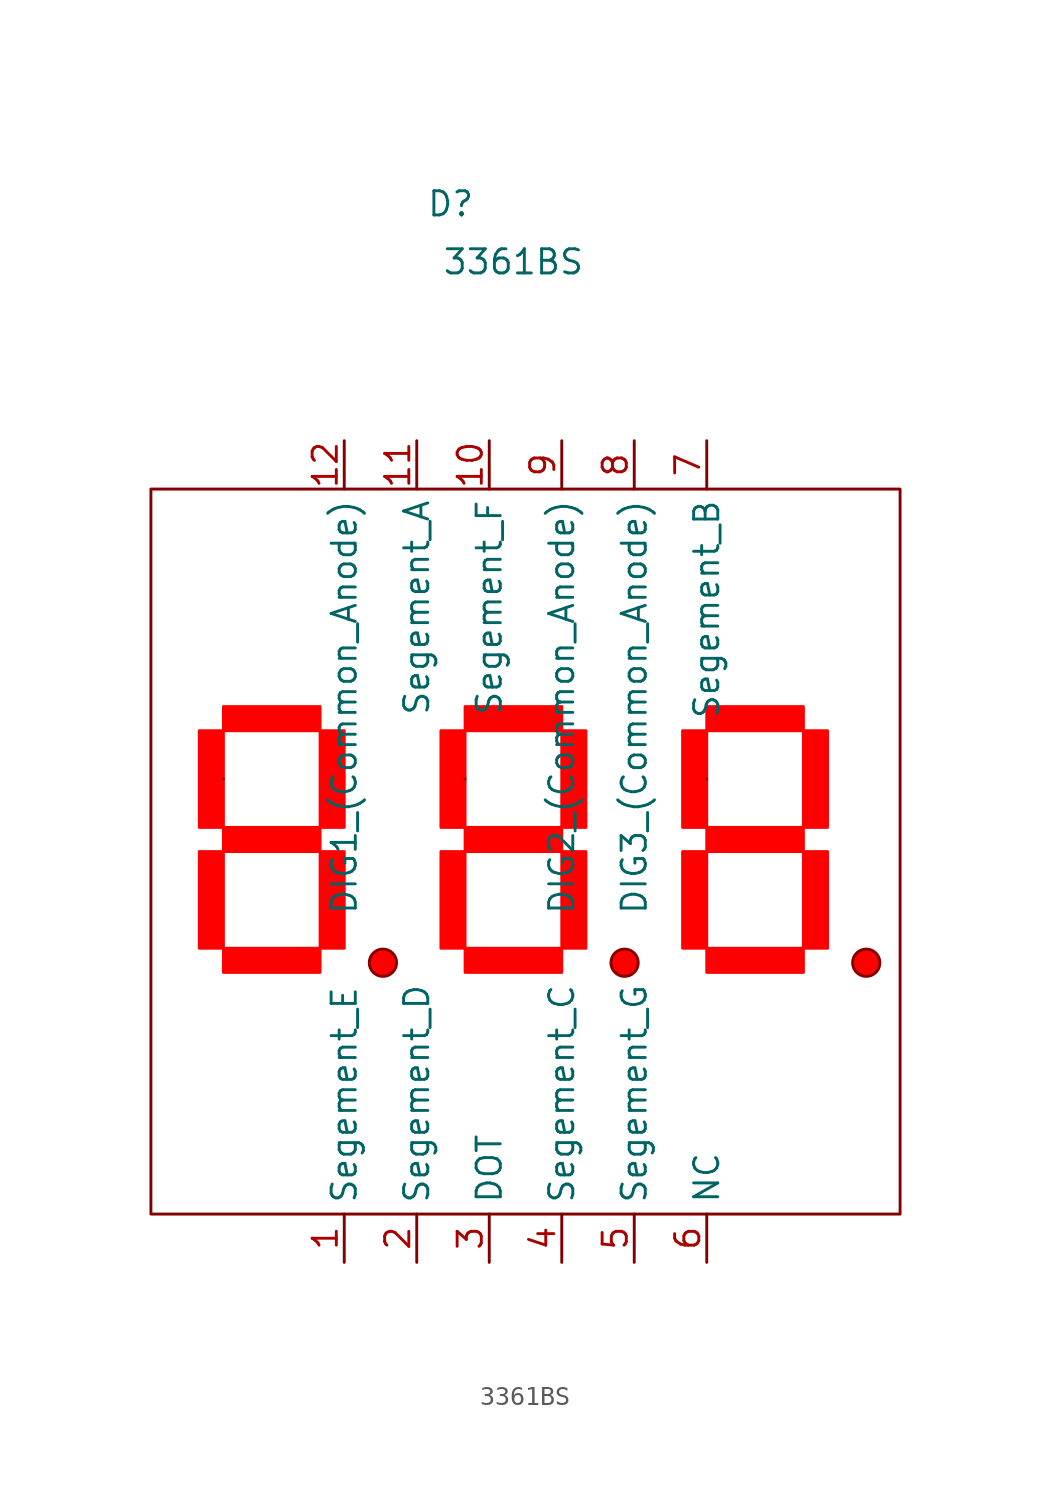
<source format=kicad_sym>
(kicad_symbol_lib
  (version 20241209)
  (generator "kicad_symbol_editor")
  (generator_version "9.0")
  (symbol "3361BS"
    (property "Reference" "D"
      (at -4.572 35.306 0)
      (effects (font (size 1.27 1.27))))
    (property "Value" "3361BS"
      (at -1.27 32.258 0)
      (effects (font (size 1.27 1.27))))
    (symbol "3361BS_0_1"
      (rectangle (start -20.32 20.32) (end 19.05 -17.78) (stroke (width 0) (type default)) (fill (type none)))
      (rectangle (start -17.78 7.62) (end -16.51 2.54) (stroke (width 0) (type default) (color 255 0 0 1)) (fill (type color) (color 255 0 0 1)))
      (rectangle (start -17.78 1.27) (end -16.51 -3.81) (stroke (width 0) (type default) (color 255 0 0 1)) (fill (type color) (color 255 0 0 1)))
      (rectangle (start -16.51 8.89) (end -11.43 7.62) (stroke (width 0) (type default) (color 255 0 0 1)) (fill (type color) (color 255 0 0 1)))
      (rectangle (start -16.51 5.08) (end -16.51 5.08) (stroke (width 0) (type default)) (fill (type none)))
      (rectangle (start -16.51 2.54) (end -11.43 1.27) (stroke (width 0) (type default) (color 255 0 0 1)) (fill (type color) (color 255 0 0 1)))
      (rectangle (start -16.51 -3.81) (end -11.43 -5.08) (stroke (width 0) (type default) (color 255 0 0 1)) (fill (type color) (color 255 0 0 1)))
      (rectangle (start -11.43 7.62) (end -10.16 2.54) (stroke (width 0) (type default) (color 255 0 0 1)) (fill (type color) (color 255 0 0 1)))
      (rectangle (start -11.43 1.27) (end -10.16 -3.81) (stroke (width 0) (type default) (color 255 0 0 1)) (fill (type color) (color 255 0 0 1)))
      (circle (center -8.128 -4.572) (radius 0.718) (stroke (width 0) (type default)) (fill (type color) (color 255 0 0 1)))
      (rectangle (start -5.08 7.62) (end -3.81 2.54) (stroke (width 0) (type default) (color 255 0 0 1)) (fill (type color) (color 255 0 0 1)))
      (rectangle (start -5.08 1.27) (end -3.81 -3.81) (stroke (width 0) (type default) (color 255 0 0 1)) (fill (type color) (color 255 0 0 1)))
      (rectangle (start -3.81 8.89) (end 1.27 7.62) (stroke (width 0) (type default) (color 255 0 0 1)) (fill (type color) (color 255 0 0 1)))
      (rectangle (start -3.81 5.08) (end -3.81 5.08) (stroke (width 0) (type default)) (fill (type none)))
      (rectangle (start -3.81 2.54) (end 1.27 1.27) (stroke (width 0) (type default) (color 255 0 0 1)) (fill (type color) (color 255 0 0 1)))
      (rectangle (start -3.81 -3.81) (end 1.27 -5.08) (stroke (width 0) (type default) (color 255 0 0 1)) (fill (type color) (color 255 0 0 1)))
      (rectangle (start 1.27 7.62) (end 2.54 2.54) (stroke (width 0) (type default) (color 255 0 0 1)) (fill (type color) (color 255 0 0 1)))
      (rectangle (start 1.27 1.27) (end 2.54 -3.81) (stroke (width 0) (type default) (color 255 0 0 1)) (fill (type color) (color 255 0 0 1)))
      (circle (center 4.572 -4.572) (radius 0.718) (stroke (width 0) (type default)) (fill (type color) (color 255 0 0 1)))
      (rectangle (start 7.62 7.62) (end 8.89 2.54) (stroke (width 0) (type default) (color 255 0 0 1)) (fill (type color) (color 255 0 0 1)))
      (rectangle (start 7.62 1.27) (end 8.89 -3.81) (stroke (width 0) (type default) (color 255 0 0 1)) (fill (type color) (color 255 0 0 1)))
      (rectangle (start 8.89 8.89) (end 13.97 7.62) (stroke (width 0) (type default) (color 255 0 0 1)) (fill (type color) (color 255 0 0 1)))
      (rectangle (start 8.89 5.08) (end 8.89 5.08) (stroke (width 0) (type default)) (fill (type none)))
      (rectangle (start 8.89 2.54) (end 13.97 1.27) (stroke (width 0) (type default) (color 255 0 0 1)) (fill (type color) (color 255 0 0 1)))
      (rectangle (start 8.89 -3.81) (end 13.97 -5.08) (stroke (width 0) (type default) (color 255 0 0 1)) (fill (type color) (color 255 0 0 1)))
      (rectangle (start 13.97 7.62) (end 15.24 2.54) (stroke (width 0) (type default) (color 255 0 0 1)) (fill (type color) (color 255 0 0 1)))
      (rectangle (start 13.97 1.27) (end 15.24 -3.81) (stroke (width 0) (type default) (color 255 0 0 1)) (fill (type color) (color 255 0 0 1)))
      (circle (center 17.272 -4.572) (radius 0.718) (stroke (width 0) (type default)) (fill (type color) (color 255 0 0 1))))
    (symbol "3361BS_1_1"
      (pin input line (at -10.16 22.86 270) (length 2.54) (name "DIG1_(Common_Anode)" (effects (font (size 1.27 1.27)))) (number "12" (effects (font (size 1.27 1.27)))))
      (pin input line (at -10.16 -20.32 90) (length 2.54) (name "Segement_E" (effects (font (size 1.27 1.27)))) (number "1" (effects (font (size 1.27 1.27)))))
      (pin input line (at -6.35 22.86 270) (length 2.54) (name "Segement_A" (effects (font (size 1.27 1.27)))) (number "11" (effects (font (size 1.27 1.27)))))
      (pin input line (at -6.35 -20.32 90) (length 2.54) (name "Segement_D" (effects (font (size 1.27 1.27)))) (number "2" (effects (font (size 1.27 1.27)))))
      (pin input line (at -2.54 22.86 270) (length 2.54) (name "Segement_F" (effects (font (size 1.27 1.27)))) (number "10" (effects (font (size 1.27 1.27)))))
      (pin input line (at -2.54 -20.32 90) (length 2.54) (name "DOT" (effects (font (size 1.27 1.27)))) (number "3" (effects (font (size 1.27 1.27)))))
      (pin input line (at 1.27 22.86 270) (length 2.54) (name "DIG2_(Common_Anode)" (effects (font (size 1.27 1.27)))) (number "9" (effects (font (size 1.27 1.27)))))
      (pin input line (at 1.27 -20.32 90) (length 2.54) (name "Segement_C" (effects (font (size 1.27 1.27)))) (number "4" (effects (font (size 1.27 1.27)))))
      (pin input line (at 5.08 22.86 270) (length 2.54) (name "DIG3_(Common_Anode)" (effects (font (size 1.27 1.27)))) (number "8" (effects (font (size 1.27 1.27)))))
      (pin input line (at 5.08 -20.32 90) (length 2.54) (name "Segement_G" (effects (font (size 1.27 1.27)))) (number "5" (effects (font (size 1.27 1.27)))))
      (pin input line (at 8.89 22.86 270) (length 2.54) (name "Segement_B" (effects (font (size 1.27 1.27)))) (number "7" (effects (font (size 1.27 1.27)))))
      (pin free line (at 8.89 -20.32 90) (length 2.54) (name "NC" (effects (font (size 1.27 1.27)))) (number "6" (effects (font (size 1.27 1.27))))))))
</source>
